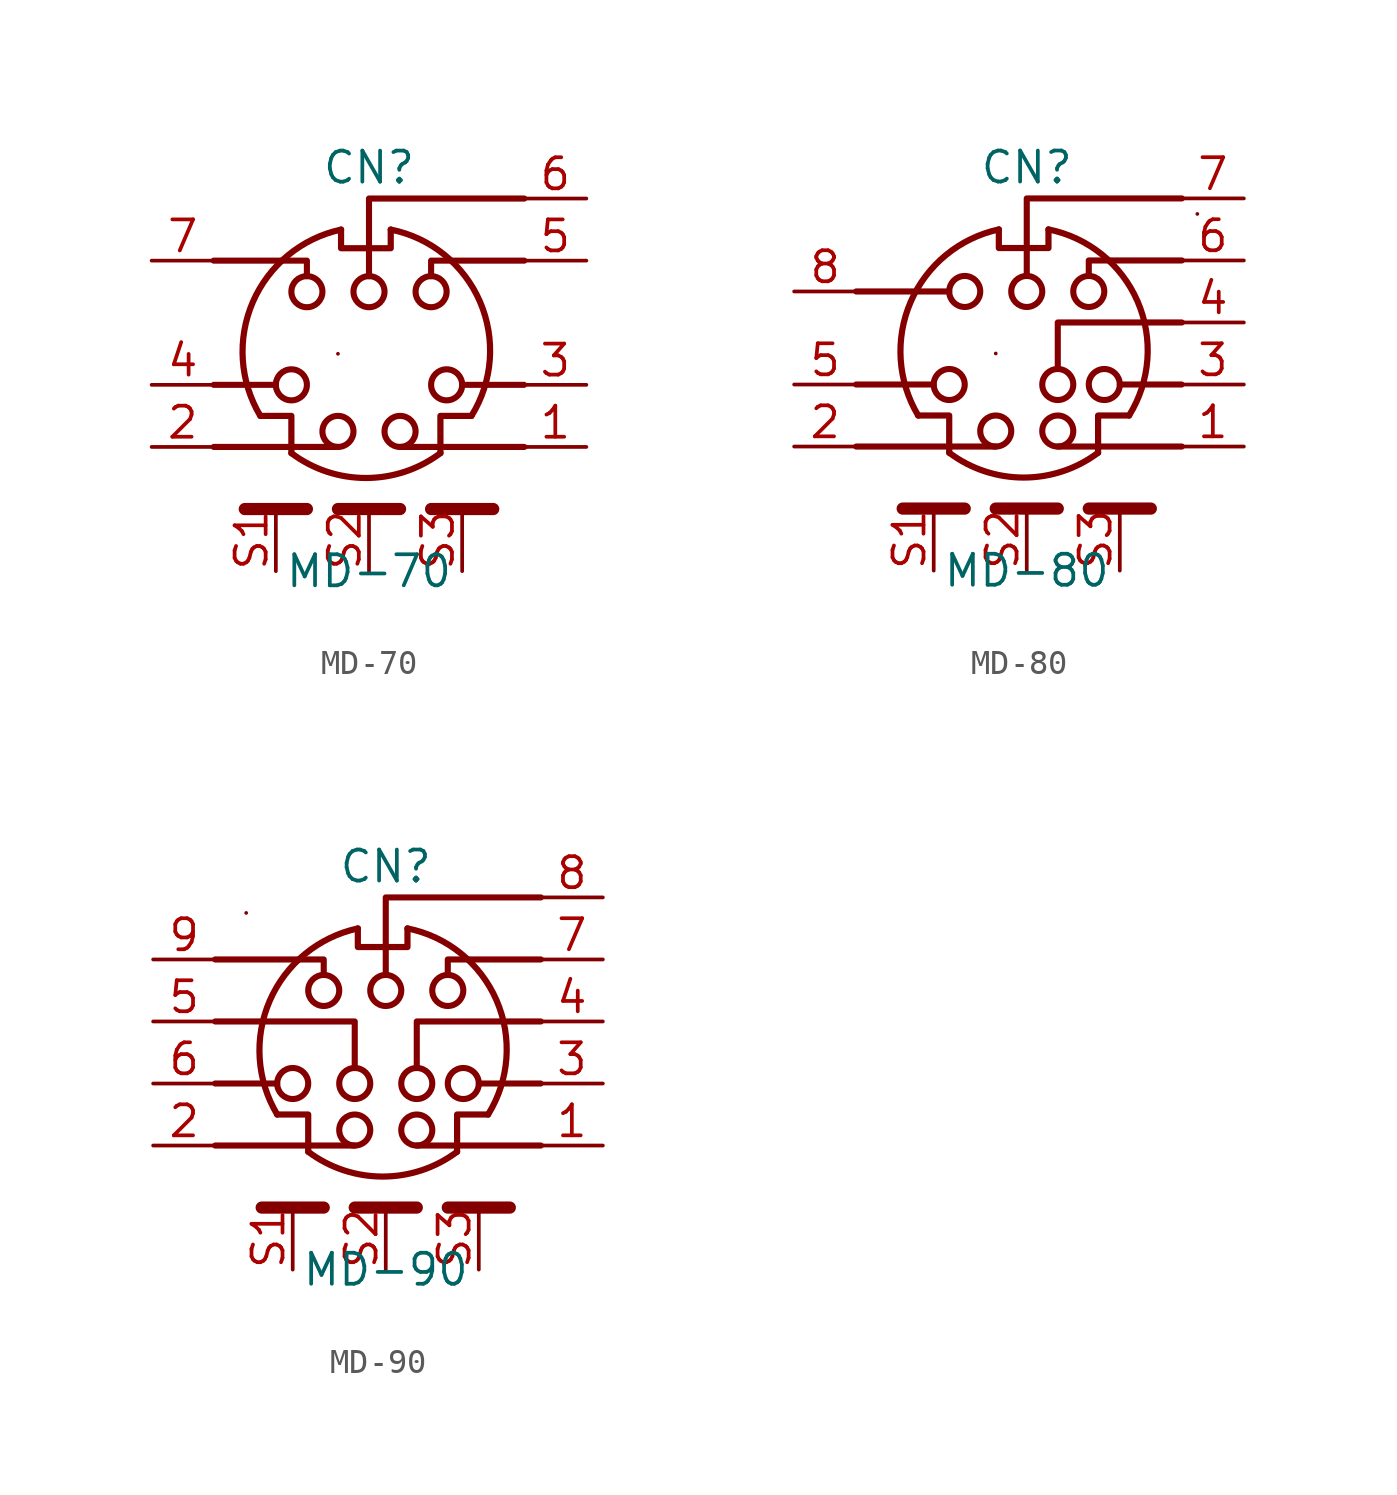
<source format=kicad_sym>
(kicad_symbol_lib
  (version 20211014)
  (generator kicad_symbol_editor)
  (symbol "MD-70"
    (property "Reference" "CN"
      (at 0 7.62 0)
      (effects (font (size 1.27 1.27))))
    (property "Value" "MD-70"
      (at 0 -8.89 0)
      (effects (font (size 1.27 1.27))))
    (symbol "MD-70_0_1"
      (arc (start -3.175 -4.064) (mid -0.127 -5.08) (end 2.921 -4.064) (stroke (width 0.254) (type default) (color 0 0 0 0)) (fill (type none)))
      (circle (center -3.175 -1.27) (radius 0.635) (stroke (width 0.25) (type default) (color 0 0 0 0)) (fill (type none)))
      (circle (center -2.54 2.54) (radius 0.635) (stroke (width 0.25) (type default) (color 0 0 0 0)) (fill (type none)))
      (circle (center -1.27 -3.175) (radius 0.635) (stroke (width 0.25) (type default) (color 0 0 0 0)) (fill (type none)))
      (rectangle (start -1.27 0) (end -1.27 0) (stroke (width 0) (type default) (color 0 0 0 0)) (fill (type none)))
      (arc (start -1.143 5.08) (mid -4.7511 2.1181) (end -4.445 -2.54) (stroke (width 0.254) (type default) (color 0 0 0 0)) (fill (type none)))
      (polyline (pts (xy -6.35 -1.27) (xy -3.81 -1.27)) (stroke (width 0.25) (type default) (color 0 0 0 0)) (fill (type none)))
      (polyline (pts (xy -5.08 -6.35) (xy -2.54 -6.35)) (stroke (width 0.5) (type default) (color 0 0 0 0)) (fill (type none)))
      (polyline (pts (xy -1.27 -6.35) (xy 1.27 -6.35)) (stroke (width 0.5) (type default) (color 0 0 0 0)) (fill (type none)))
      (polyline (pts (xy 2.54 -6.35) (xy 5.08 -6.35)) (stroke (width 0.5) (type default) (color 0 0 0 0)) (fill (type none)))
      (polyline (pts (xy 3.81 -1.27) (xy 6.34 -1.27)) (stroke (width 0.25) (type default) (color 0 0 0 0)) (fill (type none)))
      (polyline (pts (xy -6.35 3.81) (xy -2.54 3.81) (xy -2.54 3.175)) (stroke (width 0.25) (type default) (color 0 0 0 0)) (fill (type none)))
      (polyline (pts (xy -4.445 -2.54) (xy -3.175 -2.54) (xy -3.175 -4.064)) (stroke (width 0.254) (type default) (color 0 0 0 0)) (fill (type none)))
      (polyline (pts (xy -1.27 -3.81) (xy -1.27 -3.81) (xy -6.35 -3.81)) (stroke (width 0.25) (type default) (color 0 0 0 0)) (fill (type none)))
      (polyline (pts (xy 0 3.175) (xy 0 6.35) (xy 6.35 6.35)) (stroke (width 0.25) (type default) (color 0 0 0 0)) (fill (type none)))
      (polyline (pts (xy 1.27 -3.81) (xy 1.27 -3.81) (xy 6.35 -3.81)) (stroke (width 0.25) (type default) (color 0 0 0 0)) (fill (type none)))
      (polyline (pts (xy 2.54 3.175) (xy 2.54 3.81) (xy 6.35 3.81)) (stroke (width 0.25) (type default) (color 0 0 0 0)) (fill (type none)))
      (polyline (pts (xy 4.191 -2.54) (xy 2.921 -2.54) (xy 2.921 -4.064)) (stroke (width 0.254) (type default) (color 0 0 0 0)) (fill (type none)))
      (polyline (pts (xy -1.143 5.08) (xy -1.143 4.318) (xy 0.889 4.318) (xy 0.889 5.08)) (stroke (width 0.254) (type default) (color 0 0 0 0)) (fill (type none)))
      (circle (center 0 2.54) (radius 0.635) (stroke (width 0.25) (type default) (color 0 0 0 0)) (fill (type none)))
      (circle (center 1.27 -3.175) (radius 0.635) (stroke (width 0.25) (type default) (color 0 0 0 0)) (fill (type none)))
      (circle (center 2.54 2.54) (radius 0.635) (stroke (width 0.25) (type default) (color 0 0 0 0)) (fill (type none)))
      (circle (center 3.175 -1.27) (radius 0.635) (stroke (width 0.25) (type default) (color 0 0 0 0)) (fill (type none)))
      (arc (start 4.191 -2.54) (mid 4.5376 2.1357) (end 0.889 5.08) (stroke (width 0.254) (type default) (color 0 0 0 0)) (fill (type none))))
    (symbol "MD-70_1_1"
      (pin passive line (at 8.89 -3.81 180) (length 2.54) (name "" (effects (font (size 1.27 1.27)))) (number "1" (effects (font (size 1.27 1.27)))))
      (pin passive line (at -8.89 -3.81 0) (length 2.54) (name "" (effects (font (size 1.27 1.27)))) (number "2" (effects (font (size 1.27 1.27)))))
      (pin passive line (at 8.89 -1.27 180) (length 2.54) (name "" (effects (font (size 1.27 1.27)))) (number "3" (effects (font (size 1.27 1.27)))))
      (pin passive line (at -8.89 -1.27 0) (length 2.54) (name "" (effects (font (size 1.27 1.27)))) (number "4" (effects (font (size 1.27 1.27)))))
      (pin passive line (at 8.89 3.81 180) (length 2.54) (name "" (effects (font (size 1.27 1.27)))) (number "5" (effects (font (size 1.27 1.27)))))
      (pin passive line (at 8.89 6.35 180) (length 2.54) (name "" (effects (font (size 1.27 1.27)))) (number "6" (effects (font (size 1.27 1.27)))))
      (pin passive line (at -8.89 3.81 0) (length 2.54) (name "" (effects (font (size 1.27 1.27)))) (number "7" (effects (font (size 1.27 1.27)))))
      (pin passive line (at -3.81 -8.89 90) (length 2.54) (name "" (effects (font (size 1.27 1.27)))) (number "S1" (effects (font (size 1.27 1.27)))))
      (pin passive line (at 0 -8.89 90) (length 2.54) (name "" (effects (font (size 1.27 1.27)))) (number "S2" (effects (font (size 1.27 1.27)))))
      (pin passive line (at 3.81 -8.89 90) (length 2.54) (name "" (effects (font (size 1.27 1.27)))) (number "S3" (effects (font (size 1.27 1.27)))))))
  (symbol "MD-80"
    (property "Reference" "CN"
      (at 0 7.62 0)
      (effects (font (size 1.27 1.27))))
    (property "Value" "MD-80"
      (at 0 -8.89 0)
      (effects (font (size 1.27 1.27))))
    (symbol "MD-80_0_1"
      (arc (start -3.175 -4.064) (mid -0.127 -5.08) (end 2.921 -4.064) (stroke (width 0.254) (type default) (color 0 0 0 0)) (fill (type none)))
      (circle (center -3.175 -1.27) (radius 0.635) (stroke (width 0.25) (type default) (color 0 0 0 0)) (fill (type none)))
      (circle (center -2.54 2.54) (radius 0.635) (stroke (width 0.25) (type default) (color 0 0 0 0)) (fill (type none)))
      (circle (center -1.27 -3.175) (radius 0.635) (stroke (width 0.25) (type default) (color 0 0 0 0)) (fill (type none)))
      (rectangle (start -1.27 0) (end -1.27 0) (stroke (width 0) (type default) (color 0 0 0 0)) (fill (type none)))
      (arc (start -1.143 5.08) (mid -4.7511 2.1181) (end -4.445 -2.54) (stroke (width 0.254) (type default) (color 0 0 0 0)) (fill (type none)))
      (polyline (pts (xy -6.985 -1.27) (xy -3.81 -1.27)) (stroke (width 0.25) (type default) (color 0 0 0 0)) (fill (type none)))
      (polyline (pts (xy -6.985 2.54) (xy -3.175 2.54)) (stroke (width 0.25) (type default) (color 0 0 0 0)) (fill (type none)))
      (polyline (pts (xy -5.08 -6.35) (xy -2.54 -6.35)) (stroke (width 0.5) (type default) (color 0 0 0 0)) (fill (type none)))
      (polyline (pts (xy -1.27 -6.35) (xy 1.27 -6.35)) (stroke (width 0.5) (type default) (color 0 0 0 0)) (fill (type none)))
      (polyline (pts (xy 2.54 -6.35) (xy 5.08 -6.35)) (stroke (width 0.5) (type default) (color 0 0 0 0)) (fill (type none)))
      (polyline (pts (xy 3.81 -1.27) (xy 6.34 -1.27)) (stroke (width 0.25) (type default) (color 0 0 0 0)) (fill (type none)))
      (polyline (pts (xy 6.985 5.715) (xy 6.985 5.715)) (stroke (width 0) (type default) (color 0 0 0 0)) (fill (type none)))
      (polyline (pts (xy -4.445 -2.54) (xy -3.175 -2.54) (xy -3.175 -4.064)) (stroke (width 0.254) (type default) (color 0 0 0 0)) (fill (type none)))
      (polyline (pts (xy -1.27 -3.81) (xy -1.27 -3.81) (xy -6.985 -3.81)) (stroke (width 0.25) (type default) (color 0 0 0 0)) (fill (type none)))
      (polyline (pts (xy 0 3.175) (xy 0 6.35) (xy 6.35 6.35)) (stroke (width 0.25) (type default) (color 0 0 0 0)) (fill (type none)))
      (polyline (pts (xy 1.27 -3.81) (xy 1.27 -3.81) (xy 6.35 -3.81)) (stroke (width 0.25) (type default) (color 0 0 0 0)) (fill (type none)))
      (polyline (pts (xy 1.27 -0.635) (xy 1.27 1.27) (xy 6.35 1.27)) (stroke (width 0.25) (type default) (color 0 0 0 0)) (fill (type none)))
      (polyline (pts (xy 2.54 3.175) (xy 2.54 3.81) (xy 6.35 3.81)) (stroke (width 0.25) (type default) (color 0 0 0 0)) (fill (type none)))
      (polyline (pts (xy 4.191 -2.54) (xy 2.921 -2.54) (xy 2.921 -4.064)) (stroke (width 0.254) (type default) (color 0 0 0 0)) (fill (type none)))
      (polyline (pts (xy -1.143 5.08) (xy -1.143 4.318) (xy 0.889 4.318) (xy 0.889 5.08)) (stroke (width 0.254) (type default) (color 0 0 0 0)) (fill (type none)))
      (circle (center 0 2.54) (radius 0.635) (stroke (width 0.25) (type default) (color 0 0 0 0)) (fill (type none)))
      (circle (center 1.27 -3.175) (radius 0.635) (stroke (width 0.25) (type default) (color 0 0 0 0)) (fill (type none)))
      (circle (center 1.27 -1.27) (radius 0.635) (stroke (width 0.25) (type default) (color 0 0 0 0)) (fill (type none)))
      (circle (center 2.54 2.54) (radius 0.635) (stroke (width 0.25) (type default) (color 0 0 0 0)) (fill (type none)))
      (circle (center 3.175 -1.27) (radius 0.635) (stroke (width 0.25) (type default) (color 0 0 0 0)) (fill (type none)))
      (arc (start 4.191 -2.54) (mid 4.5376 2.1357) (end 0.889 5.08) (stroke (width 0.254) (type default) (color 0 0 0 0)) (fill (type none))))
    (symbol "MD-80_1_1"
      (pin passive line (at 8.89 -3.81 180) (length 2.54) (name "" (effects (font (size 1.27 1.27)))) (number "1" (effects (font (size 1.27 1.27)))))
      (pin passive line (at -9.525 -3.81 0) (length 2.54) (name "" (effects (font (size 1.27 1.27)))) (number "2" (effects (font (size 1.27 1.27)))))
      (pin passive line (at 8.89 -1.27 180) (length 2.54) (name "" (effects (font (size 1.27 1.27)))) (number "3" (effects (font (size 1.27 1.27)))))
      (pin passive line (at 8.89 1.27 180) (length 2.54) (name "" (effects (font (size 1.27 1.27)))) (number "4" (effects (font (size 1.27 1.27)))))
      (pin passive line (at -9.525 -1.27 0) (length 2.54) (name "" (effects (font (size 1.27 1.27)))) (number "5" (effects (font (size 1.27 1.27)))))
      (pin passive line (at 8.89 3.81 180) (length 2.54) (name "" (effects (font (size 1.27 1.27)))) (number "6" (effects (font (size 1.27 1.27)))))
      (pin passive line (at 8.89 6.35 180) (length 2.54) (name "" (effects (font (size 1.27 1.27)))) (number "7" (effects (font (size 1.27 1.27)))))
      (pin passive line (at -9.525 2.54 0) (length 2.54) (name "" (effects (font (size 1.27 1.27)))) (number "8" (effects (font (size 1.27 1.27)))))
      (pin passive line (at -3.81 -8.89 90) (length 2.54) (name "" (effects (font (size 1.27 1.27)))) (number "S1" (effects (font (size 1.27 1.27)))))
      (pin passive line (at 0 -8.89 90) (length 2.54) (name "" (effects (font (size 1.27 1.27)))) (number "S2" (effects (font (size 1.27 1.27)))))
      (pin passive line (at 3.81 -8.89 90) (length 2.54) (name "" (effects (font (size 1.27 1.27)))) (number "S3" (effects (font (size 1.27 1.27)))))))
  (symbol "MD-90"
    (property "Reference" "CN"
      (at 0 7.62 0)
      (effects (font (size 1.27 1.27))))
    (property "Value" "MD-90"
      (at 0 -8.89 0)
      (effects (font (size 1.27 1.27))))
    (symbol "MD-90_0_1"
      (circle (center -3.81 -1.27) (radius 0.635) (stroke (width 0.25) (type default) (color 0 0 0 0)) (fill (type none)))
      (arc (start -3.175 -4.064) (mid -0.127 -5.08) (end 2.921 -4.064) (stroke (width 0.254) (type default) (color 0 0 0 0)) (fill (type none)))
      (circle (center -2.54 2.54) (radius 0.635) (stroke (width 0.25) (type default) (color 0 0 0 0)) (fill (type none)))
      (circle (center -1.27 -3.175) (radius 0.635) (stroke (width 0.25) (type default) (color 0 0 0 0)) (fill (type none)))
      (circle (center -1.27 -1.27) (radius 0.635) (stroke (width 0.25) (type default) (color 0 0 0 0)) (fill (type none)))
      (rectangle (start -1.27 0) (end -1.27 0) (stroke (width 0) (type default) (color 0 0 0 0)) (fill (type none)))
      (arc (start -1.143 5.08) (mid -4.7511 2.1181) (end -4.445 -2.54) (stroke (width 0.254) (type default) (color 0 0 0 0)) (fill (type none)))
      (polyline (pts (xy -6.985 -1.27) (xy -4.445 -1.27)) (stroke (width 0.25) (type default) (color 0 0 0 0)) (fill (type none)))
      (polyline (pts (xy -5.715 5.715) (xy -5.715 5.715)) (stroke (width 0) (type default) (color 0 0 0 0)) (fill (type none)))
      (polyline (pts (xy -5.08 -6.35) (xy -2.54 -6.35)) (stroke (width 0.5) (type default) (color 0 0 0 0)) (fill (type none)))
      (polyline (pts (xy -1.27 -6.35) (xy 1.27 -6.35)) (stroke (width 0.5) (type default) (color 0 0 0 0)) (fill (type none)))
      (polyline (pts (xy 2.54 -6.35) (xy 5.08 -6.35)) (stroke (width 0.5) (type default) (color 0 0 0 0)) (fill (type none)))
      (polyline (pts (xy 3.81 -1.27) (xy 6.34 -1.27)) (stroke (width 0.25) (type default) (color 0 0 0 0)) (fill (type none)))
      (polyline (pts (xy -6.985 3.81) (xy -2.54 3.81) (xy -2.54 3.175)) (stroke (width 0.25) (type default) (color 0 0 0 0)) (fill (type none)))
      (polyline (pts (xy -4.445 -2.54) (xy -3.175 -2.54) (xy -3.175 -4.064)) (stroke (width 0.254) (type default) (color 0 0 0 0)) (fill (type none)))
      (polyline (pts (xy -1.27 -3.81) (xy -1.27 -3.81) (xy -6.985 -3.81)) (stroke (width 0.25) (type default) (color 0 0 0 0)) (fill (type none)))
      (polyline (pts (xy -1.27 -0.635) (xy -1.27 1.27) (xy -6.985 1.27)) (stroke (width 0.25) (type default) (color 0 0 0 0)) (fill (type none)))
      (polyline (pts (xy 0 3.175) (xy 0 6.35) (xy 6.35 6.35)) (stroke (width 0.25) (type default) (color 0 0 0 0)) (fill (type none)))
      (polyline (pts (xy 1.27 -3.81) (xy 1.27 -3.81) (xy 6.35 -3.81)) (stroke (width 0.25) (type default) (color 0 0 0 0)) (fill (type none)))
      (polyline (pts (xy 1.27 -0.635) (xy 1.27 1.27) (xy 6.35 1.27)) (stroke (width 0.25) (type default) (color 0 0 0 0)) (fill (type none)))
      (polyline (pts (xy 2.54 3.175) (xy 2.54 3.81) (xy 6.35 3.81)) (stroke (width 0.25) (type default) (color 0 0 0 0)) (fill (type none)))
      (polyline (pts (xy 4.191 -2.54) (xy 2.921 -2.54) (xy 2.921 -4.064)) (stroke (width 0.254) (type default) (color 0 0 0 0)) (fill (type none)))
      (polyline (pts (xy -1.143 5.08) (xy -1.143 4.318) (xy 0.889 4.318) (xy 0.889 5.08)) (stroke (width 0.254) (type default) (color 0 0 0 0)) (fill (type none)))
      (circle (center 0 2.54) (radius 0.635) (stroke (width 0.25) (type default) (color 0 0 0 0)) (fill (type none)))
      (circle (center 1.27 -3.175) (radius 0.635) (stroke (width 0.25) (type default) (color 0 0 0 0)) (fill (type none)))
      (circle (center 1.27 -1.27) (radius 0.635) (stroke (width 0.25) (type default) (color 0 0 0 0)) (fill (type none)))
      (circle (center 2.54 2.54) (radius 0.635) (stroke (width 0.25) (type default) (color 0 0 0 0)) (fill (type none)))
      (circle (center 3.175 -1.27) (radius 0.635) (stroke (width 0.25) (type default) (color 0 0 0 0)) (fill (type none)))
      (arc (start 4.191 -2.54) (mid 4.5376 2.1357) (end 0.889 5.08) (stroke (width 0.254) (type default) (color 0 0 0 0)) (fill (type none))))
    (symbol "MD-90_1_1"
      (pin passive line (at 8.89 -3.81 180) (length 2.54) (name "" (effects (font (size 1.27 1.27)))) (number "1" (effects (font (size 1.27 1.27)))))
      (pin passive line (at -9.525 -3.81 0) (length 2.54) (name "" (effects (font (size 1.27 1.27)))) (number "2" (effects (font (size 1.27 1.27)))))
      (pin passive line (at 8.89 -1.27 180) (length 2.54) (name "" (effects (font (size 1.27 1.27)))) (number "3" (effects (font (size 1.27 1.27)))))
      (pin passive line (at 8.89 1.27 180) (length 2.54) (name "" (effects (font (size 1.27 1.27)))) (number "4" (effects (font (size 1.27 1.27)))))
      (pin passive line (at -9.525 1.27 0) (length 2.54) (name "" (effects (font (size 1.27 1.27)))) (number "5" (effects (font (size 1.27 1.27)))))
      (pin passive line (at -9.525 -1.27 0) (length 2.54) (name "" (effects (font (size 1.27 1.27)))) (number "6" (effects (font (size 1.27 1.27)))))
      (pin passive line (at 8.89 3.81 180) (length 2.54) (name "" (effects (font (size 1.27 1.27)))) (number "7" (effects (font (size 1.27 1.27)))))
      (pin passive line (at 8.89 6.35 180) (length 2.54) (name "" (effects (font (size 1.27 1.27)))) (number "8" (effects (font (size 1.27 1.27)))))
      (pin passive line (at -9.525 3.81 0) (length 2.54) (name "" (effects (font (size 1.27 1.27)))) (number "9" (effects (font (size 1.27 1.27)))))
      (pin passive line (at -3.81 -8.89 90) (length 2.54) (name "" (effects (font (size 1.27 1.27)))) (number "S1" (effects (font (size 1.27 1.27)))))
      (pin passive line (at 0 -8.89 90) (length 2.54) (name "" (effects (font (size 1.27 1.27)))) (number "S2" (effects (font (size 1.27 1.27)))))
      (pin passive line (at 3.81 -8.89 90) (length 2.54) (name "" (effects (font (size 1.27 1.27)))) (number "S3" (effects (font (size 1.27 1.27))))))))
</source>
